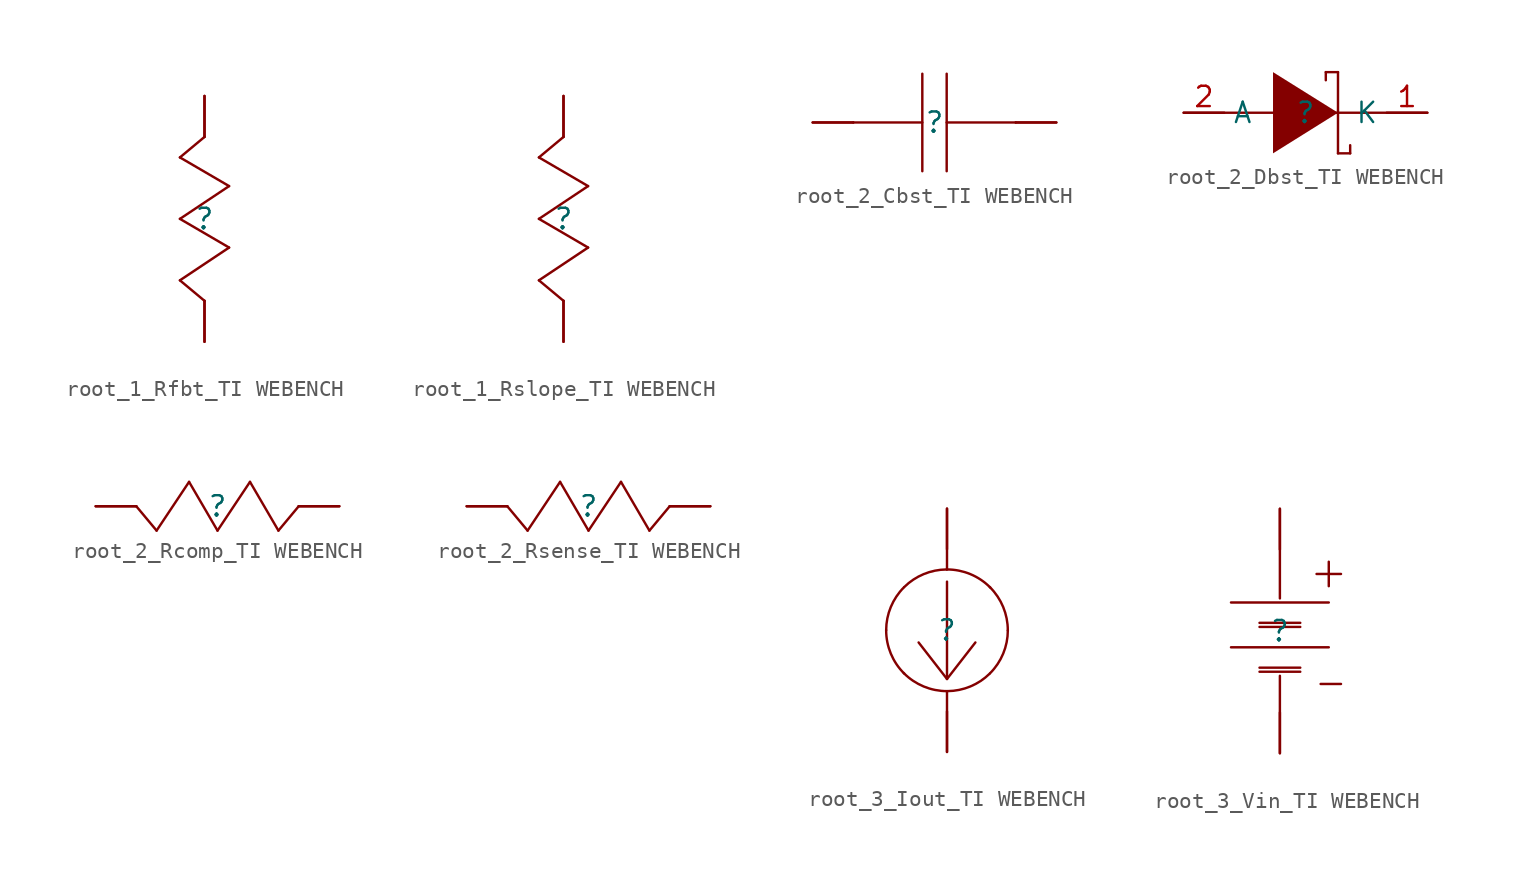
<source format=kicad_sym>
(kicad_symbol_lib
  (version 20241209)
  (generator "kicad_symbol_editor")
  (generator_version "9.0")
  (symbol "root_1_Rfbt_TI WEBENCH"
    (pin_numbers
      (hide yes))
    (pin_names
      (hide yes))
    (property "Reference" ""
      (at 0 0 0)
      (effects (font (size 1.27 1.27))))
    (property "Value" ""
      (at 0 0 0)
      (effects (font (size 1.27 1.27))))
    (symbol "root_1_Rfbt_TI WEBENCH_1_0"
      (polyline (pts (xy -1.524 3.81) (xy 1.524 2.032)) (stroke (width 0) (type solid)) (fill (type none)))
      (polyline (pts (xy -1.524 0) (xy 1.524 -1.778)) (stroke (width 0) (type solid)) (fill (type none)))
      (polyline (pts (xy -1.524 -3.81) (xy 0 -5.08)) (stroke (width 0) (type solid)) (fill (type none)))
      (polyline (pts (xy 0 7.62) (xy 0 5.08)) (stroke (width 0) (type solid)) (fill (type none)))
      (polyline (pts (xy 0 5.08) (xy -1.524 3.81)) (stroke (width 0) (type solid)) (fill (type none)))
      (polyline (pts (xy 0 -5.08) (xy 0 -7.62)) (stroke (width 0) (type solid)) (fill (type none)))
      (polyline (pts (xy 1.524 2.032) (xy -1.524 0)) (stroke (width 0) (type solid)) (fill (type none)))
      (polyline (pts (xy 1.524 -1.778) (xy -1.524 -3.81)) (stroke (width 0) (type solid)) (fill (type none)))
      (pin passive line (at 0 7.62 270) (length 2.54) (name "1" (effects (font (size 1.27 1.27)))) (number "1" (effects (font (size 1.27 1.27)))))
      (pin passive line (at 0 -7.62 90) (length 2.54) (name "2" (effects (font (size 1.27 1.27)))) (number "2" (effects (font (size 1.27 1.27)))))))
  (symbol "root_1_Rslope_TI WEBENCH"
    (pin_numbers
      (hide yes))
    (pin_names
      (hide yes))
    (property "Reference" ""
      (at 0 0 0)
      (effects (font (size 1.27 1.27))))
    (property "Value" ""
      (at 0 0 0)
      (effects (font (size 1.27 1.27))))
    (symbol "root_1_Rslope_TI WEBENCH_1_0"
      (polyline (pts (xy -1.524 3.81) (xy 1.524 2.032)) (stroke (width 0) (type solid)) (fill (type none)))
      (polyline (pts (xy -1.524 0) (xy 1.524 -1.778)) (stroke (width 0) (type solid)) (fill (type none)))
      (polyline (pts (xy -1.524 -3.81) (xy 0 -5.08)) (stroke (width 0) (type solid)) (fill (type none)))
      (polyline (pts (xy 0 7.62) (xy 0 5.08)) (stroke (width 0) (type solid)) (fill (type none)))
      (polyline (pts (xy 0 5.08) (xy -1.524 3.81)) (stroke (width 0) (type solid)) (fill (type none)))
      (polyline (pts (xy 0 -5.08) (xy 0 -7.62)) (stroke (width 0) (type solid)) (fill (type none)))
      (polyline (pts (xy 1.524 2.032) (xy -1.524 0)) (stroke (width 0) (type solid)) (fill (type none)))
      (polyline (pts (xy 1.524 -1.778) (xy -1.524 -3.81)) (stroke (width 0) (type solid)) (fill (type none)))
      (pin passive line (at 0 7.62 270) (length 2.54) (name "1" (effects (font (size 1.27 1.27)))) (number "1" (effects (font (size 1.27 1.27)))))
      (pin passive line (at 0 -7.62 90) (length 2.54) (name "2" (effects (font (size 1.27 1.27)))) (number "2" (effects (font (size 1.27 1.27)))))))
  (symbol "root_2_Cbst_TI WEBENCH"
    (pin_numbers
      (hide yes))
    (pin_names
      (hide yes))
    (property "Reference" ""
      (at 0 0 0)
      (effects (font (size 1.27 1.27))))
    (property "Value" ""
      (at 0 0 0)
      (effects (font (size 1.27 1.27))))
    (symbol "root_2_Cbst_TI WEBENCH_1_0"
      (polyline (pts (xy -7.62 0) (xy -5.08 0)) (stroke (width 0) (type solid)) (fill (type none)))
      (polyline (pts (xy -0.762 3.048) (xy -0.762 -3.048)) (stroke (width 0) (type solid)) (fill (type none)))
      (polyline (pts (xy -0.762 0) (xy -5.08 0)) (stroke (width 0) (type solid)) (fill (type none)))
      (polyline (pts (xy 0.762 3.048) (xy 0.762 -3.048)) (stroke (width 0) (type solid)) (fill (type none)))
      (polyline (pts (xy 5.08 0) (xy 0.762 0)) (stroke (width 0) (type solid)) (fill (type none)))
      (polyline (pts (xy 7.62 0) (xy 5.08 0)) (stroke (width 0) (type solid)) (fill (type none)))
      (pin passive line (at -7.62 0 0) (length 2.54) (name "1" (effects (font (size 1.27 1.27)))) (number "1" (effects (font (size 1.27 1.27)))))
      (pin passive line (at 7.62 0 180) (length 2.54) (name "2" (effects (font (size 1.27 1.27)))) (number "2" (effects (font (size 1.27 1.27)))))))
  (symbol "root_2_Dbst_TI WEBENCH"
    (property "Reference" ""
      (at 0 0 0)
      (effects (font (size 1.27 1.27))))
    (property "Value" ""
      (at 0 0 0)
      (effects (font (size 1.27 1.27))))
    (symbol "root_2_Dbst_TI WEBENCH_1_0"
      (polyline (pts (xy -2.032 -2.54) (xy 2.032 0) (xy -2.032 2.54) (xy -2.032 -2.54)) (stroke (width -0.0001) (type solid)) (fill (type outline)))
      (polyline (pts (xy 1.27 2.54) (xy 1.27 2.032)) (stroke (width 0) (type solid)) (fill (type none)))
      (polyline (pts (xy 2.032 2.54) (xy 1.27 2.54)) (stroke (width 0) (type solid)) (fill (type none)))
      (polyline (pts (xy 2.032 -2.54) (xy 2.032 2.54)) (stroke (width 0) (type solid)) (fill (type none)))
      (polyline (pts (xy 2.794 -2.032) (xy 2.794 -2.54)) (stroke (width 0) (type solid)) (fill (type none)))
      (polyline (pts (xy 2.794 -2.54) (xy 2.032 -2.54)) (stroke (width 0) (type solid)) (fill (type none)))
      (polyline (pts (xy 7.62 0) (xy -7.62 0)) (stroke (width 0) (type solid)) (fill (type none)))
      (pin passive line (at -7.62 0 0) (length 2.54) (name "A" (effects (font (size 1.27 1.27)))) (number "2" (effects (font (size 1.27 1.27)))))
      (pin passive line (at 7.62 0 180) (length 2.54) (name "K" (effects (font (size 1.27 1.27)))) (number "1" (effects (font (size 1.27 1.27)))))))
  (symbol "root_2_Rcomp_TI WEBENCH"
    (pin_numbers
      (hide yes))
    (pin_names
      (hide yes))
    (property "Reference" ""
      (at 0 0 0)
      (effects (font (size 1.27 1.27))))
    (property "Value" ""
      (at 0 0 0)
      (effects (font (size 1.27 1.27))))
    (symbol "root_2_Rcomp_TI WEBENCH_1_0"
      (polyline (pts (xy -7.62 0) (xy -5.08 0)) (stroke (width 0) (type solid)) (fill (type none)))
      (polyline (pts (xy -5.08 0) (xy -3.81 -1.524)) (stroke (width 0) (type solid)) (fill (type none)))
      (polyline (pts (xy -3.81 -1.524) (xy -1.778 1.524)) (stroke (width 0) (type solid)) (fill (type none)))
      (polyline (pts (xy -1.778 1.524) (xy 0 -1.524)) (stroke (width 0) (type solid)) (fill (type none)))
      (polyline (pts (xy 0 -1.524) (xy 2.032 1.524)) (stroke (width 0) (type solid)) (fill (type none)))
      (polyline (pts (xy 2.032 1.524) (xy 3.81 -1.524)) (stroke (width 0) (type solid)) (fill (type none)))
      (polyline (pts (xy 3.81 -1.524) (xy 5.08 0)) (stroke (width 0) (type solid)) (fill (type none)))
      (polyline (pts (xy 5.08 0) (xy 7.62 0)) (stroke (width 0) (type solid)) (fill (type none)))
      (pin passive line (at -7.62 0 0) (length 2.54) (name "1" (effects (font (size 1.27 1.27)))) (number "1" (effects (font (size 1.27 1.27)))))
      (pin passive line (at 7.62 0 180) (length 2.54) (name "2" (effects (font (size 1.27 1.27)))) (number "2" (effects (font (size 1.27 1.27)))))))
  (symbol "root_2_Rsense_TI WEBENCH"
    (pin_numbers
      (hide yes))
    (pin_names
      (hide yes))
    (property "Reference" ""
      (at 0 0 0)
      (effects (font (size 1.27 1.27))))
    (property "Value" ""
      (at 0 0 0)
      (effects (font (size 1.27 1.27))))
    (symbol "root_2_Rsense_TI WEBENCH_1_0"
      (polyline (pts (xy -7.62 0) (xy -5.08 0)) (stroke (width 0) (type solid)) (fill (type none)))
      (polyline (pts (xy -5.08 0) (xy -3.81 -1.524)) (stroke (width 0) (type solid)) (fill (type none)))
      (polyline (pts (xy -3.81 -1.524) (xy -1.778 1.524)) (stroke (width 0) (type solid)) (fill (type none)))
      (polyline (pts (xy -1.778 1.524) (xy 0 -1.524)) (stroke (width 0) (type solid)) (fill (type none)))
      (polyline (pts (xy 0 -1.524) (xy 2.032 1.524)) (stroke (width 0) (type solid)) (fill (type none)))
      (polyline (pts (xy 2.032 1.524) (xy 3.81 -1.524)) (stroke (width 0) (type solid)) (fill (type none)))
      (polyline (pts (xy 3.81 -1.524) (xy 5.08 0)) (stroke (width 0) (type solid)) (fill (type none)))
      (polyline (pts (xy 5.08 0) (xy 7.62 0)) (stroke (width 0) (type solid)) (fill (type none)))
      (pin passive line (at -7.62 0 0) (length 2.54) (name "1" (effects (font (size 1.27 1.27)))) (number "1" (effects (font (size 1.27 1.27)))))
      (pin passive line (at 7.62 0 180) (length 2.54) (name "2" (effects (font (size 1.27 1.27)))) (number "2" (effects (font (size 1.27 1.27)))))))
  (symbol "root_3_Iout_TI WEBENCH"
    (pin_numbers
      (hide yes))
    (pin_names
      (hide yes))
    (property "Reference" ""
      (at 0 0 0)
      (effects (font (size 1.27 1.27))))
    (property "Value" ""
      (at 0 0 0)
      (effects (font (size 1.27 1.27))))
    (symbol "root_3_Iout_TI WEBENCH_1_0"
      (polyline (pts (xy -1.778 -0.762) (xy 0 -3.048)) (stroke (width 0) (type solid)) (fill (type none)))
      (polyline (pts (xy 0 3.81) (xy 0 7.62)) (stroke (width 0) (type solid)) (fill (type none)))
      (arc (start -3.81 0.0089) (mid -3.5189 1.4607) (end -2.6963 2.6918) (stroke (width 0) (type solid)) (fill (type none)))
      (arc (start -2.6831 -2.705) (mid -3.5189 -1.4606) (end -3.81 0.0098) (stroke (width 0) (type solid)) (fill (type none)))
      (arc (start -2.6786 2.7094) (mid -1.4606 3.5188) (end -0.0275 3.8099) (stroke (width 0) (type solid)) (fill (type none)))
      (arc (start -0.0167 3.81) (mid 1.4607 3.5189) (end 2.7099 2.6782) (stroke (width 0) (type solid)) (fill (type none)))
      (arc (start 0.0167 -3.81) (mid -1.4607 -3.5189) (end -2.7099 -2.6782) (stroke (width 0) (type solid)) (fill (type none)))
      (arc (start 2.6786 -2.7094) (mid 1.4606 -3.5188) (end 0.0275 -3.8099) (stroke (width 0) (type solid)) (fill (type none)))
      (arc (start 2.6831 2.705) (mid 3.5189 1.4606) (end 3.81 -0.0098) (stroke (width 0) (type solid)) (fill (type none)))
      (arc (start 3.81 -0.0089) (mid 3.5189 -1.4607) (end 2.6963 -2.6918) (stroke (width 0) (type solid)) (fill (type none)))
      (polyline (pts (xy 0 -3.048) (xy 0 3.048)) (stroke (width 0) (type solid)) (fill (type none)))
      (polyline (pts (xy 0 -7.62) (xy 0 -3.81)) (stroke (width 0) (type solid)) (fill (type none)))
      (polyline (pts (xy 1.778 -0.762) (xy 0 -3.048)) (stroke (width 0) (type solid)) (fill (type none)))
      (pin passive line (at 0 7.62 270) (length 2.54) (name "+" (effects (font (size 1.27 1.27)))) (number "1" (effects (font (size 1.27 1.27)))))
      (pin passive line (at 0 -7.62 90) (length 2.54) (name "-" (effects (font (size 1.27 1.27)))) (number "2" (effects (font (size 1.27 1.27)))))))
  (symbol "root_3_Vin_TI WEBENCH"
    (pin_numbers
      (hide yes))
    (pin_names
      (hide yes))
    (property "Reference" ""
      (at 0 0 0)
      (effects (font (size 1.27 1.27))))
    (property "Value" ""
      (at 0 0 0)
      (effects (font (size 1.27 1.27))))
    (symbol "root_3_Vin_TI WEBENCH_1_0"
      (polyline (pts (xy -3.048 1.778) (xy 3.048 1.778)) (stroke (width 0) (type solid)) (fill (type none)))
      (polyline (pts (xy -3.048 -1.016) (xy 3.048 -1.016)) (stroke (width 0) (type solid)) (fill (type none)))
      (polyline (pts (xy -1.27 0.508) (xy 1.27 0.508)) (stroke (width 0) (type solid)) (fill (type none)))
      (polyline (pts (xy -1.27 0.254) (xy 1.27 0.254)) (stroke (width 0) (type solid)) (fill (type none)))
      (polyline (pts (xy -1.27 -2.286) (xy 1.27 -2.286)) (stroke (width 0) (type solid)) (fill (type none)))
      (polyline (pts (xy -1.27 -2.54) (xy 1.27 -2.54)) (stroke (width 0) (type solid)) (fill (type none)))
      (polyline (pts (xy 0 2.032) (xy 0 7.62)) (stroke (width 0) (type solid)) (fill (type none)))
      (polyline (pts (xy 0 -7.62) (xy 0 -2.794)) (stroke (width 0) (type solid)) (fill (type none)))
      (polyline (pts (xy 2.286 3.556) (xy 3.81 3.556)) (stroke (width 0) (type solid)) (fill (type none)))
      (polyline (pts (xy 2.54 -3.302) (xy 3.81 -3.302)) (stroke (width 0) (type solid)) (fill (type none)))
      (polyline (pts (xy 3.048 2.794) (xy 3.048 4.318)) (stroke (width 0) (type solid)) (fill (type none)))
      (pin passive line (at 0 7.62 270) (length 2.54) (name "+" (effects (font (size 1.27 1.27)))) (number "1" (effects (font (size 1.27 1.27)))))
      (pin passive line (at 0 -7.62 90) (length 2.54) (name "-" (effects (font (size 1.27 1.27)))) (number "2" (effects (font (size 1.27 1.27))))))))
</source>
